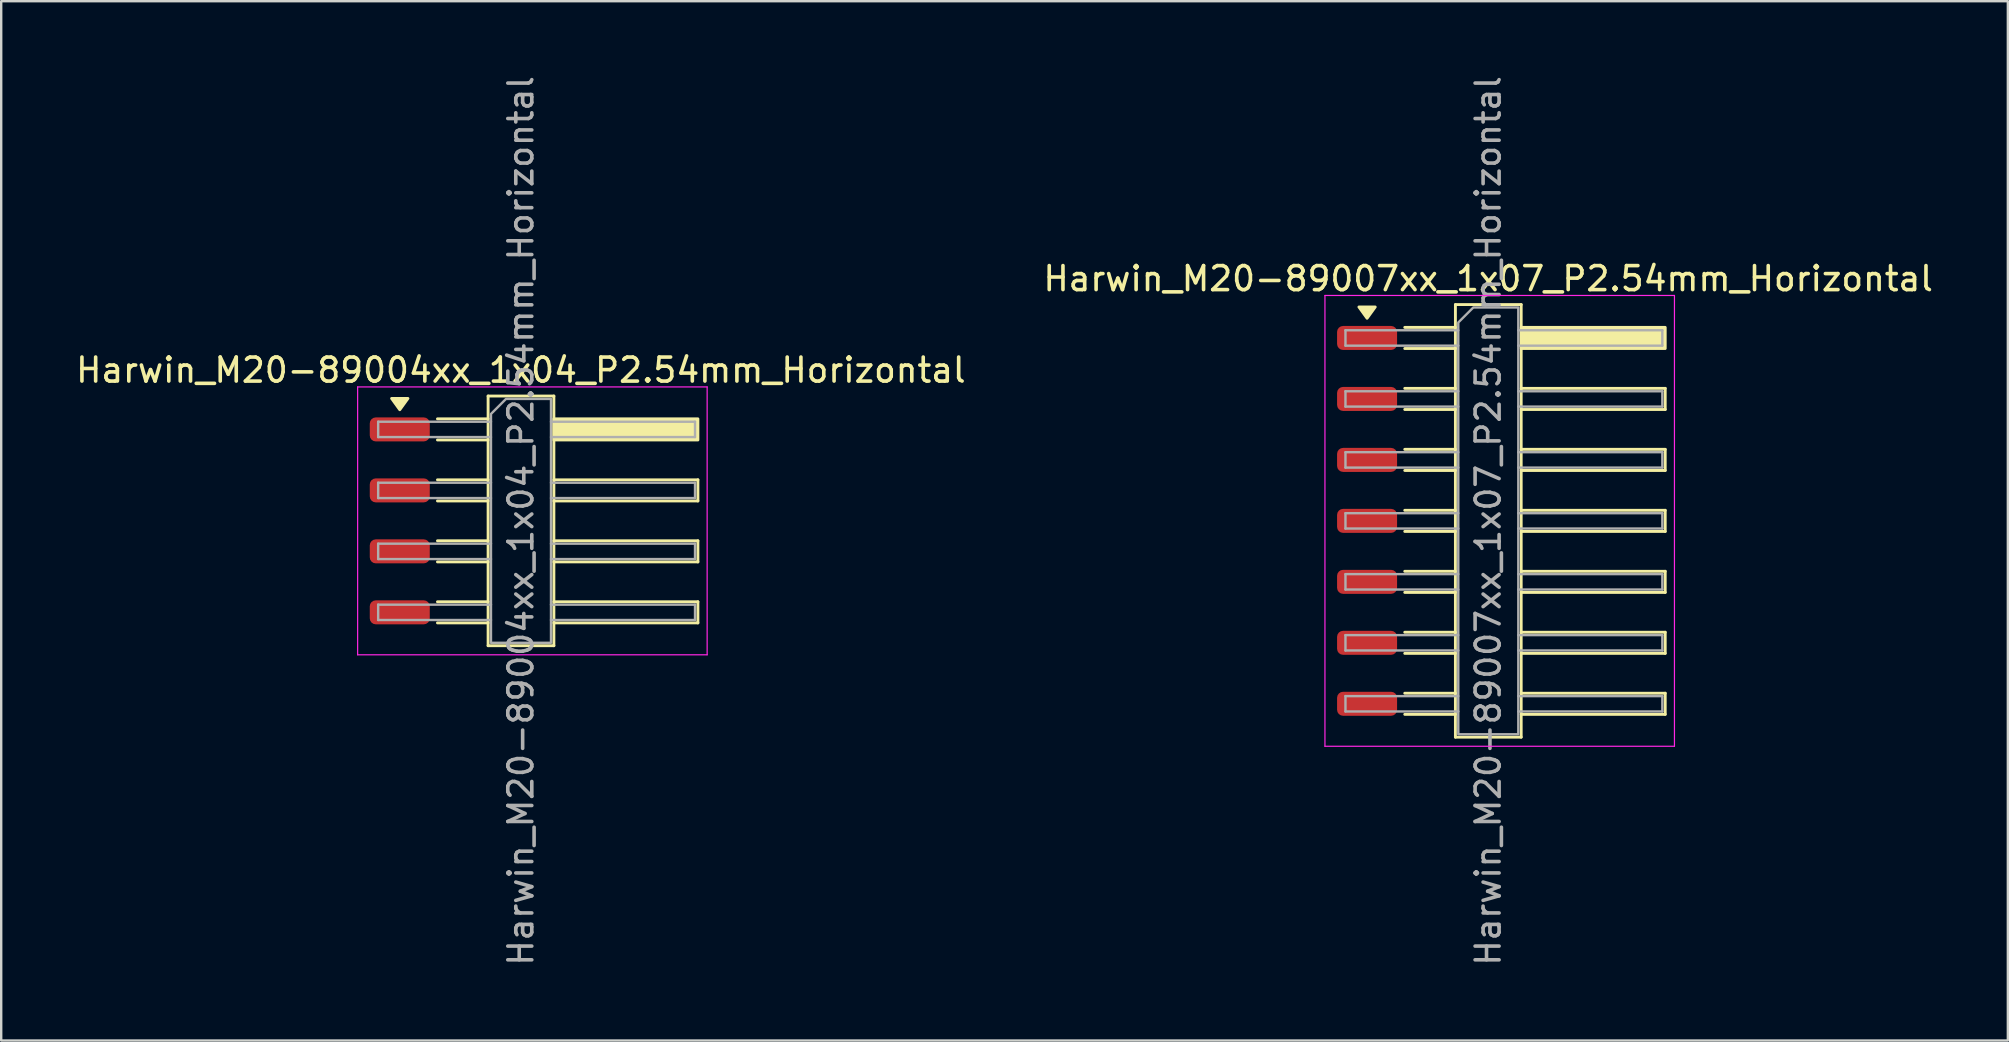
<source format=kicad_pcb>
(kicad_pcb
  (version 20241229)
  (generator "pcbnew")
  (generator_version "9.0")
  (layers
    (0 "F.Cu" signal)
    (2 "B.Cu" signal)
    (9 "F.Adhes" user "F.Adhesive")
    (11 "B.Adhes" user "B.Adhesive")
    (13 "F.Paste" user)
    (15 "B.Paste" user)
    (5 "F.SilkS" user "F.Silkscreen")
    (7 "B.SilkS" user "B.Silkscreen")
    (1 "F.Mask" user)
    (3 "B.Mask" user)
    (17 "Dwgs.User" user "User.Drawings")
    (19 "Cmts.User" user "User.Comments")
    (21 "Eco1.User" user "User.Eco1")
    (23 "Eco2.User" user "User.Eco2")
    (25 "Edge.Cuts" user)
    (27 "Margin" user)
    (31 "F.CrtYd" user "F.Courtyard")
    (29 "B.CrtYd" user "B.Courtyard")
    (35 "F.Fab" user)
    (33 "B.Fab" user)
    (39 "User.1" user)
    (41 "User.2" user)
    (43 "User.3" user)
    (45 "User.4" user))
  (footprint "Harwin_M20-89004xx_1x04_P2.54mm_Horizontal"
    (layer "F.Cu")
    (at 19.129 18.649)
    (property "Reference" "Harwin_M20-89004xx_1x04_P2.54mm_Horizontal" (at -0.48 -6.28 0) (layer "F.SilkS") (effects (font (size 1 1) (thickness 0.15))))
    (attr smd)
    (fp_line (start -3.955 -4.25) (end -1.845 -4.25) (stroke (width 0.12) (type solid)) (layer "F.SilkS"))
    (fp_line (start -3.955 -3.37) (end -1.845 -3.37) (stroke (width 0.12) (type solid)) (layer "F.SilkS"))
    (fp_line (start -3.955 -1.71) (end -1.845 -1.71) (stroke (width 0.12) (type solid)) (layer "F.SilkS"))
    (fp_line (start -3.955 -0.83) (end -1.845 -0.83) (stroke (width 0.12) (type solid)) (layer "F.SilkS"))
    (fp_line (start -3.955 0.83) (end -1.845 0.83) (stroke (width 0.12) (type solid)) (layer "F.SilkS"))
    (fp_line (start -3.955 1.71) (end -1.845 1.71) (stroke (width 0.12) (type solid)) (layer "F.SilkS"))
    (fp_line (start -3.955 3.37) (end -1.845 3.37) (stroke (width 0.12) (type solid)) (layer "F.SilkS"))
    (fp_line (start -3.955 4.25) (end -1.845 4.25) (stroke (width 0.12) (type solid)) (layer "F.SilkS"))
    (fp_line (start -1.845 -5.2) (end 0.895 -5.2) (stroke (width 0.12) (type solid)) (layer "F.SilkS"))
    (fp_line (start -1.845 5.2) (end -1.845 -5.2) (stroke (width 0.12) (type solid)) (layer "F.SilkS"))
    (fp_line (start 0.895 -5.2) (end 0.895 5.2) (stroke (width 0.12) (type solid)) (layer "F.SilkS"))
    (fp_line (start 0.895 -1.71) (end 6.895 -1.71) (stroke (width 0.12) (type solid)) (layer "F.SilkS"))
    (fp_line (start 0.895 0.83) (end 6.895 0.83) (stroke (width 0.12) (type solid)) (layer "F.SilkS"))
    (fp_line (start 0.895 3.37) (end 6.895 3.37) (stroke (width 0.12) (type solid)) (layer "F.SilkS"))
    (fp_line (start 0.895 5.2) (end -1.845 5.2) (stroke (width 0.12) (type solid)) (layer "F.SilkS"))
    (fp_line (start 6.895 -1.71) (end 6.895 -0.83) (stroke (width 0.12) (type solid)) (layer "F.SilkS"))
    (fp_line (start 6.895 -0.83) (end 0.895 -0.83) (stroke (width 0.12) (type solid)) (layer "F.SilkS"))
    (fp_line (start 6.895 0.83) (end 6.895 1.71) (stroke (width 0.12) (type solid)) (layer "F.SilkS"))
    (fp_line (start 6.895 1.71) (end 0.895 1.71) (stroke (width 0.12) (type solid)) (layer "F.SilkS"))
    (fp_line (start 6.895 3.37) (end 6.895 4.25) (stroke (width 0.12) (type solid)) (layer "F.SilkS"))
    (fp_line (start 6.895 4.25) (end 0.895 4.25) (stroke (width 0.12) (type solid)) (layer "F.SilkS"))
    (fp_rect (start 0.895 -4.25) (end 6.895 -3.37) (stroke (width 0.12) (type solid)) (fill yes) (layer "F.SilkS"))
    (fp_poly (pts (xy -5.525 -4.63) (xy -5.865 -5.1) (xy -5.185 -5.1)) (stroke (width 0.12) (type solid)) (fill yes) (layer "F.SilkS"))
    (fp_line (start -7.28 -5.58) (end 7.28 -5.58) (stroke (width 0.05) (type solid)) (layer "F.CrtYd"))
    (fp_line (start -7.28 5.58) (end -7.28 -5.58) (stroke (width 0.05) (type solid)) (layer "F.CrtYd"))
    (fp_line (start 7.28 -5.58) (end 7.28 5.58) (stroke (width 0.05) (type solid)) (layer "F.CrtYd"))
    (fp_line (start 7.28 5.58) (end -7.28 5.58) (stroke (width 0.05) (type solid)) (layer "F.CrtYd"))
    (fp_line (start -6.425 -4.13) (end -6.425 -3.49) (stroke (width 0.1) (type solid)) (layer "F.Fab"))
    (fp_line (start -6.425 -3.49) (end -1.725 -3.49) (stroke (width 0.1) (type solid)) (layer "F.Fab"))
    (fp_line (start -6.425 -1.59) (end -6.425 -0.95) (stroke (width 0.1) (type solid)) (layer "F.Fab"))
    (fp_line (start -6.425 -0.95) (end -1.725 -0.95) (stroke (width 0.1) (type solid)) (layer "F.Fab"))
    (fp_line (start -6.425 0.95) (end -6.425 1.59) (stroke (width 0.1) (type solid)) (layer "F.Fab"))
    (fp_line (start -6.425 1.59) (end -1.725 1.59) (stroke (width 0.1) (type solid)) (layer "F.Fab"))
    (fp_line (start -6.425 3.49) (end -6.425 4.13) (stroke (width 0.1) (type solid)) (layer "F.Fab"))
    (fp_line (start -6.425 4.13) (end -1.725 4.13) (stroke (width 0.1) (type solid)) (layer "F.Fab"))
    (fp_line (start -1.725 -4.13) (end -6.425 -4.13) (stroke (width 0.1) (type solid)) (layer "F.Fab"))
    (fp_line (start -1.725 -1.59) (end -6.425 -1.59) (stroke (width 0.1) (type solid)) (layer "F.Fab"))
    (fp_line (start -1.725 0.95) (end -6.425 0.95) (stroke (width 0.1) (type solid)) (layer "F.Fab"))
    (fp_line (start -1.725 3.49) (end -6.425 3.49) (stroke (width 0.1) (type solid)) (layer "F.Fab"))
    (fp_line (start 0.775 -4.13) (end 6.775 -4.13) (stroke (width 0.1) (type solid)) (layer "F.Fab"))
    (fp_line (start 0.775 -1.59) (end 6.775 -1.59) (stroke (width 0.1) (type solid)) (layer "F.Fab"))
    (fp_line (start 0.775 0.95) (end 6.775 0.95) (stroke (width 0.1) (type solid)) (layer "F.Fab"))
    (fp_line (start 0.775 3.49) (end 6.775 3.49) (stroke (width 0.1) (type solid)) (layer "F.Fab"))
    (fp_line (start 6.775 -4.13) (end 6.775 -3.49) (stroke (width 0.1) (type solid)) (layer "F.Fab"))
    (fp_line (start 6.775 -3.49) (end 0.775 -3.49) (stroke (width 0.1) (type solid)) (layer "F.Fab"))
    (fp_line (start 6.775 -1.59) (end 6.775 -0.95) (stroke (width 0.1) (type solid)) (layer "F.Fab"))
    (fp_line (start 6.775 -0.95) (end 0.775 -0.95) (stroke (width 0.1) (type solid)) (layer "F.Fab"))
    (fp_line (start 6.775 0.95) (end 6.775 1.59) (stroke (width 0.1) (type solid)) (layer "F.Fab"))
    (fp_line (start 6.775 1.59) (end 0.775 1.59) (stroke (width 0.1) (type solid)) (layer "F.Fab"))
    (fp_line (start 6.775 3.49) (end 6.775 4.13) (stroke (width 0.1) (type solid)) (layer "F.Fab"))
    (fp_line (start 6.775 4.13) (end 0.775 4.13) (stroke (width 0.1) (type solid)) (layer "F.Fab"))
    (fp_poly (pts (xy -1.725 -4.455) (xy -1.725 5.08) (xy 0.775 5.08) (xy 0.775 -5.08) (xy -1.1 -5.08)) (stroke (width 0.1) (type solid)) (fill no) (layer "F.Fab"))
    (fp_text user "${REFERENCE}" (at -0.48 0 90) (layer "F.Fab") (effects (font (size 1 1) (thickness 0.15))))
    (pad "1" smd roundrect (at -5.525 -3.81) (size 2.5 1) (layers "F.Cu" "F.Mask" "F.Paste") (roundrect_rratio 0.25))
    (pad "2" smd roundrect (at -5.525 -1.27) (size 2.5 1) (layers "F.Cu" "F.Mask" "F.Paste") (roundrect_rratio 0.25))
    (pad "3" smd roundrect (at -5.525 1.27) (size 2.5 1) (layers "F.Cu" "F.Mask" "F.Paste") (roundrect_rratio 0.25))
    (pad "4" smd roundrect (at -5.525 3.81) (size 2.5 1) (layers "F.Cu" "F.Mask" "F.Paste") (roundrect_rratio 0.25)))
  (footprint "Harwin_M20-89007xx_1x07_P2.54mm_Horizontal"
    (layer "F.Cu")
    (at 59.426 18.649)
    (property "Reference" "Harwin_M20-89007xx_1x07_P2.54mm_Horizontal" (at -0.48 -10.09 0) (layer "F.SilkS") (effects (font (size 1 1) (thickness 0.15))))
    (attr smd)
    (fp_line (start -3.955 -8.06) (end -1.845 -8.06) (stroke (width 0.12) (type solid)) (layer "F.SilkS"))
    (fp_line (start -3.955 -7.18) (end -1.845 -7.18) (stroke (width 0.12) (type solid)) (layer "F.SilkS"))
    (fp_line (start -3.955 -5.52) (end -1.845 -5.52) (stroke (width 0.12) (type solid)) (layer "F.SilkS"))
    (fp_line (start -3.955 -4.64) (end -1.845 -4.64) (stroke (width 0.12) (type solid)) (layer "F.SilkS"))
    (fp_line (start -3.955 -2.98) (end -1.845 -2.98) (stroke (width 0.12) (type solid)) (layer "F.SilkS"))
    (fp_line (start -3.955 -2.1) (end -1.845 -2.1) (stroke (width 0.12) (type solid)) (layer "F.SilkS"))
    (fp_line (start -3.955 -0.44) (end -1.845 -0.44) (stroke (width 0.12) (type solid)) (layer "F.SilkS"))
    (fp_line (start -3.955 0.44) (end -1.845 0.44) (stroke (width 0.12) (type solid)) (layer "F.SilkS"))
    (fp_line (start -3.955 2.1) (end -1.845 2.1) (stroke (width 0.12) (type solid)) (layer "F.SilkS"))
    (fp_line (start -3.955 2.98) (end -1.845 2.98) (stroke (width 0.12) (type solid)) (layer "F.SilkS"))
    (fp_line (start -3.955 4.64) (end -1.845 4.64) (stroke (width 0.12) (type solid)) (layer "F.SilkS"))
    (fp_line (start -3.955 5.52) (end -1.845 5.52) (stroke (width 0.12) (type solid)) (layer "F.SilkS"))
    (fp_line (start -3.955 7.18) (end -1.845 7.18) (stroke (width 0.12) (type solid)) (layer "F.SilkS"))
    (fp_line (start -3.955 8.06) (end -1.845 8.06) (stroke (width 0.12) (type solid)) (layer "F.SilkS"))
    (fp_line (start -1.845 -9.01) (end 0.895 -9.01) (stroke (width 0.12) (type solid)) (layer "F.SilkS"))
    (fp_line (start -1.845 9.01) (end -1.845 -9.01) (stroke (width 0.12) (type solid)) (layer "F.SilkS"))
    (fp_line (start 0.895 -9.01) (end 0.895 9.01) (stroke (width 0.12) (type solid)) (layer "F.SilkS"))
    (fp_line (start 0.895 -5.52) (end 6.895 -5.52) (stroke (width 0.12) (type solid)) (layer "F.SilkS"))
    (fp_line (start 0.895 -2.98) (end 6.895 -2.98) (stroke (width 0.12) (type solid)) (layer "F.SilkS"))
    (fp_line (start 0.895 -0.44) (end 6.895 -0.44) (stroke (width 0.12) (type solid)) (layer "F.SilkS"))
    (fp_line (start 0.895 2.1) (end 6.895 2.1) (stroke (width 0.12) (type solid)) (layer "F.SilkS"))
    (fp_line (start 0.895 4.64) (end 6.895 4.64) (stroke (width 0.12) (type solid)) (layer "F.SilkS"))
    (fp_line (start 0.895 7.18) (end 6.895 7.18) (stroke (width 0.12) (type solid)) (layer "F.SilkS"))
    (fp_line (start 0.895 9.01) (end -1.845 9.01) (stroke (width 0.12) (type solid)) (layer "F.SilkS"))
    (fp_line (start 6.895 -5.52) (end 6.895 -4.64) (stroke (width 0.12) (type solid)) (layer "F.SilkS"))
    (fp_line (start 6.895 -4.64) (end 0.895 -4.64) (stroke (width 0.12) (type solid)) (layer "F.SilkS"))
    (fp_line (start 6.895 -2.98) (end 6.895 -2.1) (stroke (width 0.12) (type solid)) (layer "F.SilkS"))
    (fp_line (start 6.895 -2.1) (end 0.895 -2.1) (stroke (width 0.12) (type solid)) (layer "F.SilkS"))
    (fp_line (start 6.895 -0.44) (end 6.895 0.44) (stroke (width 0.12) (type solid)) (layer "F.SilkS"))
    (fp_line (start 6.895 0.44) (end 0.895 0.44) (stroke (width 0.12) (type solid)) (layer "F.SilkS"))
    (fp_line (start 6.895 2.1) (end 6.895 2.98) (stroke (width 0.12) (type solid)) (layer "F.SilkS"))
    (fp_line (start 6.895 2.98) (end 0.895 2.98) (stroke (width 0.12) (type solid)) (layer "F.SilkS"))
    (fp_line (start 6.895 4.64) (end 6.895 5.52) (stroke (width 0.12) (type solid)) (layer "F.SilkS"))
    (fp_line (start 6.895 5.52) (end 0.895 5.52) (stroke (width 0.12) (type solid)) (layer "F.SilkS"))
    (fp_line (start 6.895 7.18) (end 6.895 8.06) (stroke (width 0.12) (type solid)) (layer "F.SilkS"))
    (fp_line (start 6.895 8.06) (end 0.895 8.06) (stroke (width 0.12) (type solid)) (layer "F.SilkS"))
    (fp_rect (start 0.895 -8.06) (end 6.895 -7.18) (stroke (width 0.12) (type solid)) (fill yes) (layer "F.SilkS"))
    (fp_poly (pts (xy -5.525 -8.44) (xy -5.865 -8.91) (xy -5.185 -8.91)) (stroke (width 0.12) (type solid)) (fill yes) (layer "F.SilkS"))
    (fp_line (start -7.28 -9.39) (end 7.28 -9.39) (stroke (width 0.05) (type solid)) (layer "F.CrtYd"))
    (fp_line (start -7.28 9.39) (end -7.28 -9.39) (stroke (width 0.05) (type solid)) (layer "F.CrtYd"))
    (fp_line (start 7.28 -9.39) (end 7.28 9.39) (stroke (width 0.05) (type solid)) (layer "F.CrtYd"))
    (fp_line (start 7.28 9.39) (end -7.28 9.39) (stroke (width 0.05) (type solid)) (layer "F.CrtYd"))
    (fp_line (start -6.425 -7.94) (end -6.425 -7.3) (stroke (width 0.1) (type solid)) (layer "F.Fab"))
    (fp_line (start -6.425 -7.3) (end -1.725 -7.3) (stroke (width 0.1) (type solid)) (layer "F.Fab"))
    (fp_line (start -6.425 -5.4) (end -6.425 -4.76) (stroke (width 0.1) (type solid)) (layer "F.Fab"))
    (fp_line (start -6.425 -4.76) (end -1.725 -4.76) (stroke (width 0.1) (type solid)) (layer "F.Fab"))
    (fp_line (start -6.425 -2.86) (end -6.425 -2.22) (stroke (width 0.1) (type solid)) (layer "F.Fab"))
    (fp_line (start -6.425 -2.22) (end -1.725 -2.22) (stroke (width 0.1) (type solid)) (layer "F.Fab"))
    (fp_line (start -6.425 -0.32) (end -6.425 0.32) (stroke (width 0.1) (type solid)) (layer "F.Fab"))
    (fp_line (start -6.425 0.32) (end -1.725 0.32) (stroke (width 0.1) (type solid)) (layer "F.Fab"))
    (fp_line (start -6.425 2.22) (end -6.425 2.86) (stroke (width 0.1) (type solid)) (layer "F.Fab"))
    (fp_line (start -6.425 2.86) (end -1.725 2.86) (stroke (width 0.1) (type solid)) (layer "F.Fab"))
    (fp_line (start -6.425 4.76) (end -6.425 5.4) (stroke (width 0.1) (type solid)) (layer "F.Fab"))
    (fp_line (start -6.425 5.4) (end -1.725 5.4) (stroke (width 0.1) (type solid)) (layer "F.Fab"))
    (fp_line (start -6.425 7.3) (end -6.425 7.94) (stroke (width 0.1) (type solid)) (layer "F.Fab"))
    (fp_line (start -6.425 7.94) (end -1.725 7.94) (stroke (width 0.1) (type solid)) (layer "F.Fab"))
    (fp_line (start -1.725 -7.94) (end -6.425 -7.94) (stroke (width 0.1) (type solid)) (layer "F.Fab"))
    (fp_line (start -1.725 -5.4) (end -6.425 -5.4) (stroke (width 0.1) (type solid)) (layer "F.Fab"))
    (fp_line (start -1.725 -2.86) (end -6.425 -2.86) (stroke (width 0.1) (type solid)) (layer "F.Fab"))
    (fp_line (start -1.725 -0.32) (end -6.425 -0.32) (stroke (width 0.1) (type solid)) (layer "F.Fab"))
    (fp_line (start -1.725 2.22) (end -6.425 2.22) (stroke (width 0.1) (type solid)) (layer "F.Fab"))
    (fp_line (start -1.725 4.76) (end -6.425 4.76) (stroke (width 0.1) (type solid)) (layer "F.Fab"))
    (fp_line (start -1.725 7.3) (end -6.425 7.3) (stroke (width 0.1) (type solid)) (layer "F.Fab"))
    (fp_line (start 0.775 -7.94) (end 6.775 -7.94) (stroke (width 0.1) (type solid)) (layer "F.Fab"))
    (fp_line (start 0.775 -5.4) (end 6.775 -5.4) (stroke (width 0.1) (type solid)) (layer "F.Fab"))
    (fp_line (start 0.775 -2.86) (end 6.775 -2.86) (stroke (width 0.1) (type solid)) (layer "F.Fab"))
    (fp_line (start 0.775 -0.32) (end 6.775 -0.32) (stroke (width 0.1) (type solid)) (layer "F.Fab"))
    (fp_line (start 0.775 2.22) (end 6.775 2.22) (stroke (width 0.1) (type solid)) (layer "F.Fab"))
    (fp_line (start 0.775 4.76) (end 6.775 4.76) (stroke (width 0.1) (type solid)) (layer "F.Fab"))
    (fp_line (start 0.775 7.3) (end 6.775 7.3) (stroke (width 0.1) (type solid)) (layer "F.Fab"))
    (fp_line (start 6.775 -7.94) (end 6.775 -7.3) (stroke (width 0.1) (type solid)) (layer "F.Fab"))
    (fp_line (start 6.775 -7.3) (end 0.775 -7.3) (stroke (width 0.1) (type solid)) (layer "F.Fab"))
    (fp_line (start 6.775 -5.4) (end 6.775 -4.76) (stroke (width 0.1) (type solid)) (layer "F.Fab"))
    (fp_line (start 6.775 -4.76) (end 0.775 -4.76) (stroke (width 0.1) (type solid)) (layer "F.Fab"))
    (fp_line (start 6.775 -2.86) (end 6.775 -2.22) (stroke (width 0.1) (type solid)) (layer "F.Fab"))
    (fp_line (start 6.775 -2.22) (end 0.775 -2.22) (stroke (width 0.1) (type solid)) (layer "F.Fab"))
    (fp_line (start 6.775 -0.32) (end 6.775 0.32) (stroke (width 0.1) (type solid)) (layer "F.Fab"))
    (fp_line (start 6.775 0.32) (end 0.775 0.32) (stroke (width 0.1) (type solid)) (layer "F.Fab"))
    (fp_line (start 6.775 2.22) (end 6.775 2.86) (stroke (width 0.1) (type solid)) (layer "F.Fab"))
    (fp_line (start 6.775 2.86) (end 0.775 2.86) (stroke (width 0.1) (type solid)) (layer "F.Fab"))
    (fp_line (start 6.775 4.76) (end 6.775 5.4) (stroke (width 0.1) (type solid)) (layer "F.Fab"))
    (fp_line (start 6.775 5.4) (end 0.775 5.4) (stroke (width 0.1) (type solid)) (layer "F.Fab"))
    (fp_line (start 6.775 7.3) (end 6.775 7.94) (stroke (width 0.1) (type solid)) (layer "F.Fab"))
    (fp_line (start 6.775 7.94) (end 0.775 7.94) (stroke (width 0.1) (type solid)) (layer "F.Fab"))
    (fp_poly (pts (xy -1.725 -8.265) (xy -1.725 8.89) (xy 0.775 8.89) (xy 0.775 -8.89) (xy -1.1 -8.89)) (stroke (width 0.1) (type solid)) (fill no) (layer "F.Fab"))
    (fp_text user "${REFERENCE}" (at -0.48 0 90) (layer "F.Fab") (effects (font (size 1 1) (thickness 0.15))))
    (pad "1" smd roundrect (at -5.525 -7.62) (size 2.5 1) (layers "F.Cu" "F.Mask" "F.Paste") (roundrect_rratio 0.25))
    (pad "2" smd roundrect (at -5.525 -5.08) (size 2.5 1) (layers "F.Cu" "F.Mask" "F.Paste") (roundrect_rratio 0.25))
    (pad "3" smd roundrect (at -5.525 -2.54) (size 2.5 1) (layers "F.Cu" "F.Mask" "F.Paste") (roundrect_rratio 0.25))
    (pad "4" smd roundrect (at -5.525 0) (size 2.5 1) (layers "F.Cu" "F.Mask" "F.Paste") (roundrect_rratio 0.25))
    (pad "5" smd roundrect (at -5.525 2.54) (size 2.5 1) (layers "F.Cu" "F.Mask" "F.Paste") (roundrect_rratio 0.25))
    (pad "6" smd roundrect (at -5.525 5.08) (size 2.5 1) (layers "F.Cu" "F.Mask" "F.Paste") (roundrect_rratio 0.25))
    (pad "7" smd roundrect (at -5.525 7.62) (size 2.5 1) (layers "F.Cu" "F.Mask" "F.Paste") (roundrect_rratio 0.25)))
  (gr_rect
    (start -3 -3)
    (end 80.595 40.298)
    (stroke (width 0.1) (type default))
    (fill no)
    (layer "Edge.Cuts")))
</source>
